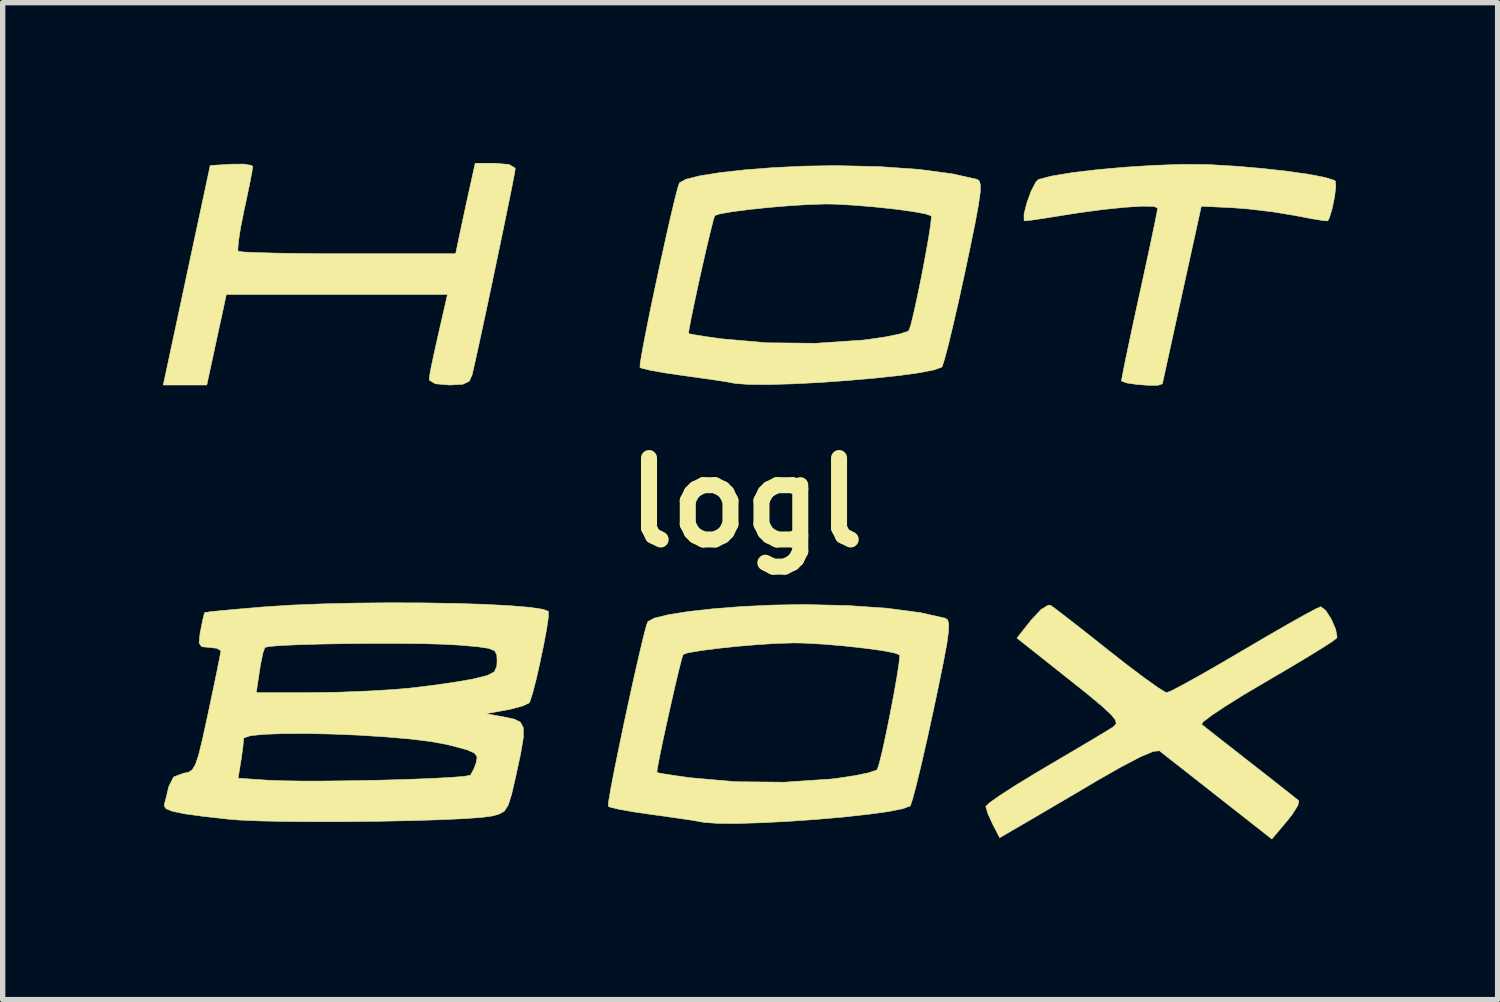
<source format=kicad_pcb>
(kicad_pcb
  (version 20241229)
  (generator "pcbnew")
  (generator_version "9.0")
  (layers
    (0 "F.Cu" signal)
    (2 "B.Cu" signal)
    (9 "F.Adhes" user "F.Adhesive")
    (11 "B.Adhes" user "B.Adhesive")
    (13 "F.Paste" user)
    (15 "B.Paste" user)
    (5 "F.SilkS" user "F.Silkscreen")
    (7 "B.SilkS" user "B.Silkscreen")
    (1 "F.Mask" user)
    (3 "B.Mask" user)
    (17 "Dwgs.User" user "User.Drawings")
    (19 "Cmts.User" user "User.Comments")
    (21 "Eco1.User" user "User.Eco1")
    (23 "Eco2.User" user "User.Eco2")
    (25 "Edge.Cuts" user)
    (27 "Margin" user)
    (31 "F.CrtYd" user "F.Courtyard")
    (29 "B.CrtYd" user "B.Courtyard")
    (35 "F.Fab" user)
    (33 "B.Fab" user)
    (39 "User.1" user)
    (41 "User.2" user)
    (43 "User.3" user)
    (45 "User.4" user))
  (footprint "logl"
    (layer "F.Cu")
    (at 10.908 6.355)
    (property "Reference" "logl" (at 0 0 0) (layer "F.SilkS") (effects (font (size 1.524 1.524) (thickness 0.3))))
    (attr through_hole)
    (fp_poly (pts (xy -4.43 -6.327) (xy -4.321 -6.26) (xy -4.318 -6.243) (xy -4.335 -6.14) (xy -4.381 -5.9) (xy -4.452 -5.551) (xy -4.54 -5.122) (xy -4.64 -4.642) (xy -4.745 -4.138) (xy -4.851 -3.639) (xy -4.951 -3.173) (xy -5.039 -2.769) (xy -5.109 -2.456) (xy -5.124 -2.392) (xy -5.177 -2.272) (xy -5.296 -2.216) (xy -5.53 -2.201) (xy -5.547 -2.201) (xy -5.812 -2.224) (xy -5.923 -2.29) (xy -5.925 -2.307) (xy -5.917 -2.387) (xy -5.89 -2.535) (xy -5.839 -2.775) (xy -5.76 -3.13) (xy -5.647 -3.623) (xy -5.629 -3.704) (xy -5.585 -3.895) (xy -9.723 -3.895) (xy -9.819 -3.45) (xy -9.896 -3.096) (xy -9.975 -2.728) (xy -10.002 -2.603) (xy -10.089 -2.201) (xy -10.903 -2.201) (xy -10.663 -3.323) (xy -10.55 -3.852) (xy -10.427 -4.429) (xy -10.309 -4.98) (xy -10.224 -5.376) (xy -10.025 -6.308) (xy -9.627 -6.333) (xy -9.394 -6.335) (xy -9.251 -6.309) (xy -9.229 -6.287) (xy -9.246 -6.176) (xy -9.291 -5.943) (xy -9.357 -5.628) (xy -9.389 -5.483) (xy -9.455 -5.151) (xy -9.497 -4.887) (xy -9.508 -4.729) (xy -9.501 -4.704) (xy -9.407 -4.69) (xy -9.167 -4.679) (xy -8.806 -4.669) (xy -8.348 -4.662) (xy -7.816 -4.657) (xy -7.443 -4.657) (xy -5.432 -4.657) (xy -5.375 -4.932) (xy -5.327 -5.159) (xy -5.258 -5.478) (xy -5.193 -5.779) (xy -5.066 -6.35) (xy -4.692 -6.35) (xy -4.43 -6.327)) (stroke (width 0.01) (type solid)) (fill yes) (layer "F.SilkS"))
    (fp_poly (pts (xy 8.603 -6.327) (xy 8.678 -6.324) (xy 9.175 -6.295) (xy 9.67 -6.252) (xy 10.134 -6.2) (xy 10.532 -6.143) (xy 10.834 -6.085) (xy 11.007 -6.031) (xy 11.026 -6.018) (xy 11.037 -5.92) (xy 11.014 -5.727) (xy 10.97 -5.508) (xy 10.917 -5.331) (xy 10.886 -5.272) (xy 10.801 -5.278) (xy 10.593 -5.311) (xy 10.307 -5.366) (xy 10.281 -5.371) (xy 9.865 -5.44) (xy 9.405 -5.495) (xy 9.107 -5.518) (xy 8.52 -5.546) (xy 8.158 -3.895) (xy 8.047 -3.391) (xy 7.95 -2.947) (xy 7.871 -2.588) (xy 7.817 -2.339) (xy 7.793 -2.227) (xy 7.792 -2.223) (xy 7.714 -2.197) (xy 7.535 -2.195) (xy 7.317 -2.211) (xy 7.128 -2.239) (xy 7.03 -2.275) (xy 7.027 -2.282) (xy 7.045 -2.387) (xy 7.093 -2.63) (xy 7.167 -2.983) (xy 7.26 -3.419) (xy 7.366 -3.905) (xy 7.473 -4.395) (xy 7.566 -4.828) (xy 7.639 -5.177) (xy 7.687 -5.415) (xy 7.705 -5.514) (xy 7.626 -5.544) (xy 7.409 -5.547) (xy 7.083 -5.526) (xy 6.675 -5.484) (xy 6.216 -5.422) (xy 5.888 -5.37) (xy 5.574 -5.32) (xy 5.336 -5.285) (xy 5.212 -5.273) (xy 5.204 -5.274) (xy 5.203 -5.399) (xy 5.255 -5.606) (xy 5.336 -5.828) (xy 5.423 -5.997) (xy 5.471 -6.046) (xy 5.72 -6.111) (xy 6.1 -6.174) (xy 6.571 -6.23) (xy 7.096 -6.277) (xy 7.635 -6.311) (xy 8.15 -6.329) (xy 8.603 -6.327)) (stroke (width 0.01) (type solid)) (fill yes) (layer "F.SilkS"))
    (fp_poly (pts (xy 5.701 1.922) (xy 5.8 1.994) (xy 6.004 2.151) (xy 6.289 2.373) (xy 6.628 2.641) (xy 6.789 2.769) (xy 7.142 3.045) (xy 7.453 3.279) (xy 7.695 3.452) (xy 7.843 3.545) (xy 7.873 3.556) (xy 7.973 3.515) (xy 8.193 3.399) (xy 8.508 3.224) (xy 8.895 3.002) (xy 9.322 2.752) (xy 9.754 2.498) (xy 10.138 2.277) (xy 10.449 2.102) (xy 10.663 1.988) (xy 10.755 1.947) (xy 10.847 2.017) (xy 10.952 2.18) (xy 11.034 2.369) (xy 11.06 2.512) (xy 11.052 2.535) (xy 10.967 2.6) (xy 10.76 2.733) (xy 10.455 2.92) (xy 10.077 3.145) (xy 9.731 3.348) (xy 9.321 3.59) (xy 8.975 3.806) (xy 8.712 3.981) (xy 8.556 4.1) (xy 8.524 4.147) (xy 8.614 4.219) (xy 8.81 4.374) (xy 9.084 4.588) (xy 9.407 4.841) (xy 9.44 4.867) (xy 9.766 5.121) (xy 10.042 5.339) (xy 10.243 5.497) (xy 10.341 5.576) (xy 10.344 5.579) (xy 10.327 5.666) (xy 10.221 5.834) (xy 10.12 5.962) (xy 9.84 6.294) (xy 8.836 5.506) (xy 8.478 5.225) (xy 8.163 4.977) (xy 7.917 4.785) (xy 7.767 4.667) (xy 7.737 4.643) (xy 7.623 4.654) (xy 7.38 4.756) (xy 7.02 4.944) (xy 6.594 5.187) (xy 6.178 5.433) (xy 5.777 5.668) (xy 5.432 5.871) (xy 5.183 6.016) (xy 5.147 6.037) (xy 4.748 6.269) (xy 4.617 6.017) (xy 4.528 5.822) (xy 4.488 5.69) (xy 4.487 5.686) (xy 4.557 5.617) (xy 4.748 5.482) (xy 5.036 5.296) (xy 5.396 5.076) (xy 5.609 4.949) (xy 6.011 4.713) (xy 6.369 4.501) (xy 6.655 4.33) (xy 6.838 4.218) (xy 6.881 4.19) (xy 6.927 4.141) (xy 6.917 4.072) (xy 6.836 3.969) (xy 6.667 3.812) (xy 6.395 3.585) (xy 6.051 3.311) (xy 5.071 2.534) (xy 5.337 2.198) (xy 5.519 2.002) (xy 5.659 1.917) (xy 5.701 1.922)) (stroke (width 0.01) (type solid)) (fill yes) (layer "F.SilkS"))
    (fp_poly (pts (xy 1.101 1.907) (xy 1.915 1.926) (xy 2.647 1.977) (xy 3.267 2.059) (xy 3.732 2.164) (xy 3.774 2.195) (xy 3.794 2.27) (xy 3.79 2.41) (xy 3.759 2.637) (xy 3.697 2.97) (xy 3.603 3.431) (xy 3.502 3.91) (xy 3.389 4.427) (xy 3.284 4.886) (xy 3.193 5.262) (xy 3.122 5.531) (xy 3.078 5.665) (xy 3.072 5.675) (xy 2.935 5.727) (xy 2.661 5.781) (xy 2.279 5.833) (xy 1.821 5.883) (xy 1.318 5.927) (xy 0.801 5.963) (xy 0.302 5.989) (xy -0.15 6.003) (xy -0.522 6.002) (xy -0.784 5.983) (xy -0.847 5.972) (xy -0.983 5.947) (xy -1.243 5.908) (xy -1.58 5.86) (xy -1.76 5.836) (xy -2.104 5.786) (xy -2.379 5.737) (xy -2.545 5.697) (xy -2.576 5.681) (xy -2.569 5.587) (xy -2.53 5.357) (xy -2.471 5.05) (xy -1.666 5.05) (xy -1.582 5.068) (xy -1.373 5.101) (xy -1.083 5.143) (xy -1.058 5.146) (xy -0.202 5.222) (xy 0.714 5.231) (xy 1.592 5.172) (xy 1.694 5.16) (xy 2.025 5.11) (xy 2.286 5.057) (xy 2.437 5.008) (xy 2.457 4.993) (xy 2.495 4.878) (xy 2.553 4.642) (xy 2.622 4.324) (xy 2.695 3.964) (xy 2.765 3.599) (xy 2.823 3.269) (xy 2.863 3.011) (xy 2.878 2.865) (xy 2.874 2.846) (xy 2.762 2.808) (xy 2.521 2.764) (xy 2.192 2.72) (xy 1.815 2.679) (xy 1.43 2.647) (xy 1.079 2.628) (xy 0.902 2.625) (xy 0.594 2.633) (xy 0.225 2.656) (xy -0.168 2.689) (xy -0.543 2.729) (xy -0.863 2.771) (xy -1.088 2.81) (xy -1.175 2.84) (xy -1.204 2.929) (xy -1.259 3.145) (xy -1.331 3.449) (xy -1.412 3.805) (xy -1.494 4.174) (xy -1.569 4.521) (xy -1.627 4.807) (xy -1.662 4.995) (xy -1.666 5.05) (xy -2.471 5.05) (xy -2.466 5.024) (xy -2.383 4.616) (xy -2.289 4.164) (xy -2.189 3.698) (xy -2.09 3.249) (xy -1.998 2.847) (xy -1.921 2.522) (xy -1.864 2.305) (xy -1.837 2.228) (xy -1.715 2.161) (xy -1.452 2.097) (xy -1.072 2.037) (xy -0.605 1.985) (xy -0.076 1.944) (xy 0.487 1.917) (xy 1.058 1.907) (xy 1.101 1.907)) (stroke (width 0.01) (type solid)) (fill yes) (layer "F.SilkS"))
    (fp_poly (pts (xy 1.693 -6.306) (xy 2.508 -6.287) (xy 3.24 -6.235) (xy 3.859 -6.153) (xy 4.325 -6.049) (xy 4.367 -6.018) (xy 4.387 -5.943) (xy 4.383 -5.802) (xy 4.351 -5.576) (xy 4.29 -5.242) (xy 4.196 -4.781) (xy 4.095 -4.302) (xy 3.982 -3.786) (xy 3.877 -3.327) (xy 3.786 -2.95) (xy 3.715 -2.682) (xy 3.671 -2.547) (xy 3.664 -2.537) (xy 3.528 -2.486) (xy 3.253 -2.432) (xy 2.871 -2.379) (xy 2.414 -2.33) (xy 1.911 -2.286) (xy 1.394 -2.249) (xy 0.894 -2.223) (xy 0.443 -2.21) (xy 0.071 -2.211) (xy -0.191 -2.229) (xy -0.254 -2.241) (xy -0.391 -2.266) (xy -0.65 -2.305) (xy -0.987 -2.352) (xy -1.167 -2.377) (xy -1.512 -2.427) (xy -1.786 -2.476) (xy -1.953 -2.516) (xy -1.984 -2.532) (xy -1.976 -2.626) (xy -1.937 -2.855) (xy -1.878 -3.163) (xy -1.074 -3.163) (xy -0.989 -3.145) (xy -0.78 -3.111) (xy -0.491 -3.07) (xy -0.466 -3.066) (xy 0.391 -2.991) (xy 1.307 -2.982) (xy 2.184 -3.041) (xy 2.286 -3.053) (xy 2.617 -3.102) (xy 2.879 -3.156) (xy 3.03 -3.205) (xy 3.049 -3.219) (xy 3.088 -3.335) (xy 3.145 -3.571) (xy 3.214 -3.889) (xy 3.288 -4.249) (xy 3.357 -4.614) (xy 3.416 -4.944) (xy 3.456 -5.202) (xy 3.47 -5.348) (xy 3.467 -5.366) (xy 3.355 -5.405) (xy 3.114 -5.448) (xy 2.785 -5.493) (xy 2.407 -5.533) (xy 2.023 -5.565) (xy 1.671 -5.585) (xy 1.494 -5.588) (xy 1.187 -5.579) (xy 0.817 -5.556) (xy 0.425 -5.523) (xy 0.049 -5.484) (xy -0.27 -5.442) (xy -0.495 -5.402) (xy -0.583 -5.372) (xy -0.612 -5.283) (xy -0.666 -5.068) (xy -0.739 -4.764) (xy -0.82 -4.408) (xy -0.902 -4.038) (xy -0.976 -3.692) (xy -1.035 -3.406) (xy -1.069 -3.217) (xy -1.074 -3.163) (xy -1.878 -3.163) (xy -1.873 -3.189) (xy -1.791 -3.597) (xy -1.696 -4.049) (xy -1.596 -4.514) (xy -1.497 -4.963) (xy -1.406 -5.365) (xy -1.328 -5.69) (xy -1.271 -5.908) (xy -1.244 -5.984) (xy -1.123 -6.051) (xy -0.859 -6.116) (xy -0.48 -6.176) (xy -0.012 -6.228) (xy 0.517 -6.269) (xy 1.08 -6.296) (xy 1.65 -6.306) (xy 1.693 -6.306)) (stroke (width 0.01) (type solid)) (fill yes) (layer "F.SilkS"))
    (fp_poly (pts (xy -6.054 1.876) (xy -5.449 1.886) (xy -4.897 1.903) (xy -4.421 1.928) (xy -4.046 1.959) (xy -3.795 1.997) (xy -3.697 2.034) (xy -3.696 2.13) (xy -3.727 2.346) (xy -3.781 2.64) (xy -3.849 2.967) (xy -3.92 3.285) (xy -3.988 3.549) (xy -4.041 3.716) (xy -4.059 3.748) (xy -4.172 3.802) (xy -4.389 3.861) (xy -4.493 3.882) (xy -4.868 3.949) (xy -4.508 4.014) (xy -4.332 4.052) (xy -4.22 4.109) (xy -4.166 4.214) (xy -4.166 4.397) (xy -4.214 4.686) (xy -4.305 5.11) (xy -4.307 5.12) (xy -4.384 5.454) (xy -4.448 5.659) (xy -4.521 5.772) (xy -4.625 5.83) (xy -4.747 5.863) (xy -4.949 5.89) (xy -5.291 5.914) (xy -5.742 5.934) (xy -6.273 5.95) (xy -6.854 5.962) (xy -7.456 5.969) (xy -8.048 5.97) (xy -8.6 5.966) (xy -9.083 5.956) (xy -9.467 5.94) (xy -9.652 5.926) (xy -10.153 5.87) (xy -10.506 5.822) (xy -10.732 5.775) (xy -10.852 5.726) (xy -10.886 5.669) (xy -10.883 5.648) (xy -10.842 5.492) (xy -10.802 5.318) (xy -10.721 5.156) (xy -9.503 5.156) (xy -8.964 5.193) (xy -8.678 5.204) (xy -8.293 5.21) (xy -7.838 5.209) (xy -7.342 5.203) (xy -6.836 5.193) (xy -6.347 5.179) (xy -5.905 5.162) (xy -5.541 5.143) (xy -5.282 5.123) (xy -5.159 5.102) (xy -5.154 5.098) (xy -5.087 4.975) (xy -5.044 4.855) (xy -5.03 4.758) (xy -5.077 4.688) (xy -5.218 4.625) (xy -5.484 4.553) (xy -5.606 4.523) (xy -5.904 4.469) (xy -6.296 4.421) (xy -6.752 4.382) (xy -7.246 4.351) (xy -7.748 4.33) (xy -8.229 4.32) (xy -8.663 4.322) (xy -9.021 4.335) (xy -9.273 4.361) (xy -9.393 4.402) (xy -9.399 4.415) (xy -9.413 4.571) (xy -9.445 4.805) (xy -9.452 4.843) (xy -9.503 5.156) (xy -10.721 5.156) (xy -10.709 5.133) (xy -10.525 5.064) (xy -10.431 5.046) (xy -10.36 4.999) (xy -10.299 4.896) (xy -10.238 4.71) (xy -10.166 4.414) (xy -10.072 3.982) (xy -10.062 3.937) (xy -9.982 3.556) (xy -9.163 3.556) (xy -8.116 3.555) (xy -7.615 3.547) (xy -7.082 3.526) (xy -6.592 3.497) (xy -6.301 3.472) (xy -5.892 3.423) (xy -5.489 3.366) (xy -5.162 3.311) (xy -5.094 3.297) (xy -4.838 3.234) (xy -4.708 3.166) (xy -4.662 3.062) (xy -4.657 2.964) (xy -4.662 2.847) (xy -4.702 2.773) (xy -4.81 2.727) (xy -5.019 2.696) (xy -5.362 2.666) (xy -5.647 2.65) (xy -6.031 2.639) (xy -6.481 2.634) (xy -6.97 2.634) (xy -7.465 2.638) (xy -7.938 2.646) (xy -8.359 2.658) (xy -8.697 2.673) (xy -8.921 2.691) (xy -9.002 2.709) (xy -9.038 2.811) (xy -9.082 3.022) (xy -9.103 3.154) (xy -9.163 3.556) (xy -9.982 3.556) (xy -9.975 3.525) (xy -9.902 3.173) (xy -9.85 2.914) (xy -9.825 2.782) (xy -9.824 2.773) (xy -9.895 2.726) (xy -10.042 2.709) (xy -10.184 2.696) (xy -10.233 2.626) (xy -10.215 2.448) (xy -10.204 2.392) (xy -10.162 2.184) (xy -10.132 2.065) (xy -10.128 2.057) (xy -10.042 2.044) (xy -9.82 2.021) (xy -9.493 1.991) (xy -9.093 1.957) (xy -9.023 1.951) (xy -8.516 1.918) (xy -7.942 1.895) (xy -7.324 1.88) (xy -6.687 1.874) (xy -6.054 1.876)) (stroke (width 0.01) (type solid)) (fill yes) (layer "F.SilkS")))
  (gr_rect
    (start -3 -3)
    (end 24.972 15.654)
    (stroke (width 0.1) (type default))
    (fill no)
    (layer "Edge.Cuts")))
</source>
